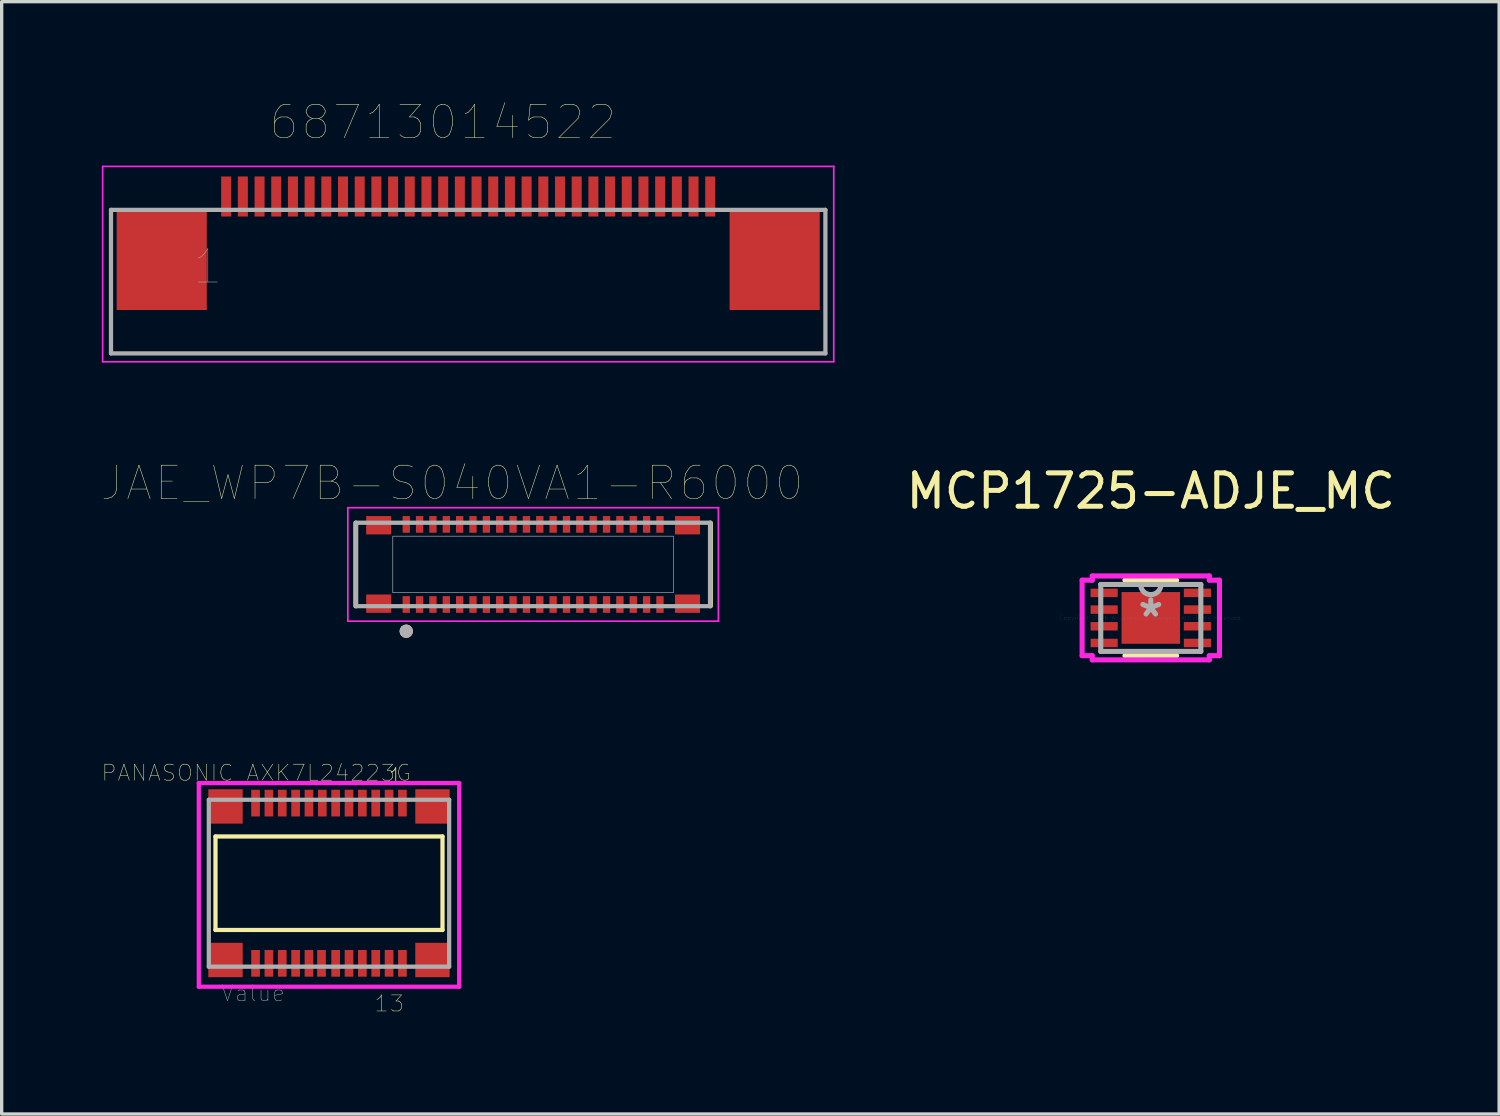
<source format=kicad_pcb>
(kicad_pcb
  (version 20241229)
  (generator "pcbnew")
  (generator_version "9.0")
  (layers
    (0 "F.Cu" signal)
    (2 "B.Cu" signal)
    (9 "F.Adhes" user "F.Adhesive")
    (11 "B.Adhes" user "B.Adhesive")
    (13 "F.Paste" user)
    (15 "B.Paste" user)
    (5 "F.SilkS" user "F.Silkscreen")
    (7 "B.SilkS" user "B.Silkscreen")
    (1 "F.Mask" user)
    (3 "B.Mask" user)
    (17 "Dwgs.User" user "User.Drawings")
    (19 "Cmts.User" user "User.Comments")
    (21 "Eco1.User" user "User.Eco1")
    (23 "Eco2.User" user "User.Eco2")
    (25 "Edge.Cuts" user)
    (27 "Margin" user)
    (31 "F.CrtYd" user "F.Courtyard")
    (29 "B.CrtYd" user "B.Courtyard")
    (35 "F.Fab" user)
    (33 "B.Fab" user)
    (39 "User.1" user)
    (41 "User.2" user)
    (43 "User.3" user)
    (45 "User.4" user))
  (footprint "JAE_WP7B-S040VA1-R6000"
    (layer "F.Cu")
    (at 12.919 13.858)
    (property "Reference" "JAE_WP7B-S040VA1-R6000" (at -2.425 -2.435 0) (layer "F.SilkS") (effects (font (size 1 1) (thickness 0.015))))
    (attr through_hole)
    (fp_line (start -5.32 -1.25) (end -5.32 1.25) (stroke (width 0.127) (type solid)) (layer "F.SilkS"))
    (fp_line (start 5.32 -1.25) (end 5.32 1.25) (stroke (width 0.127) (type solid)) (layer "F.SilkS"))
    (fp_circle (center -3.8 2) (end -3.7 2) (stroke (width 0.2) (type solid)) (fill no) (layer "F.SilkS"))
    (fp_poly (pts (xy -4.2 -0.85) (xy 4.2 -0.85) (xy 4.2 0.85) (xy -4.2 0.85)) (stroke (width 0.01) (type solid)) (fill no) (layer "Dwgs.User"))
    (fp_poly (pts (xy -4.2 -0.85) (xy 4.2 -0.85) (xy 4.2 0.85) (xy -4.2 0.85)) (stroke (width 0.01) (type solid)) (fill no) (layer "Dwgs.User"))
    (fp_line (start -5.55 -1.7) (end 5.55 -1.7) (stroke (width 0.05) (type solid)) (layer "F.CrtYd"))
    (fp_line (start -5.55 1.7) (end -5.55 -1.7) (stroke (width 0.05) (type solid)) (layer "F.CrtYd"))
    (fp_line (start 5.55 -1.7) (end 5.55 1.7) (stroke (width 0.05) (type solid)) (layer "F.CrtYd"))
    (fp_line (start 5.55 1.7) (end -5.55 1.7) (stroke (width 0.05) (type solid)) (layer "F.CrtYd"))
    (fp_line (start -5.3 -1.25) (end 5.3 -1.25) (stroke (width 0.127) (type solid)) (layer "F.Fab"))
    (fp_line (start -5.3 1.25) (end -5.3 -1.25) (stroke (width 0.127) (type solid)) (layer "F.Fab"))
    (fp_line (start 5.3 -1.25) (end 5.3 1.25) (stroke (width 0.127) (type solid)) (layer "F.Fab"))
    (fp_line (start 5.3 1.25) (end -5.3 1.25) (stroke (width 0.127) (type solid)) (layer "F.Fab"))
    (fp_circle (center -3.8 2) (end -3.7 2) (stroke (width 0.2) (type solid)) (fill no) (layer "F.Fab"))
    (pad "1" smd rect (at -3.8 -1.2) (size 0.22 0.5) (layers "F.Cu" "F.Mask" "F.Paste"))
    (pad "2" smd rect (at -3.4 -1.2) (size 0.22 0.5) (layers "F.Cu" "F.Mask" "F.Paste"))
    (pad "3" smd rect (at -3 -1.2) (size 0.22 0.5) (layers "F.Cu" "F.Mask" "F.Paste"))
    (pad "4" smd rect (at -2.6 -1.2) (size 0.22 0.5) (layers "F.Cu" "F.Mask" "F.Paste"))
    (pad "5" smd rect (at -2.2 -1.2) (size 0.22 0.5) (layers "F.Cu" "F.Mask" "F.Paste"))
    (pad "6" smd rect (at -1.8 -1.2) (size 0.22 0.5) (layers "F.Cu" "F.Mask" "F.Paste"))
    (pad "7" smd rect (at -1.4 -1.2) (size 0.22 0.5) (layers "F.Cu" "F.Mask" "F.Paste"))
    (pad "8" smd rect (at -1 -1.2) (size 0.22 0.5) (layers "F.Cu" "F.Mask" "F.Paste"))
    (pad "9" smd rect (at -0.6 -1.2 180) (size 0.22 0.5) (layers "F.Cu" "F.Mask" "F.Paste"))
    (pad "10" smd rect (at -0.2 -1.2) (size 0.22 0.5) (layers "F.Cu" "F.Mask" "F.Paste"))
    (pad "11" smd rect (at 0.2 -1.2) (size 0.22 0.5) (layers "F.Cu" "F.Mask" "F.Paste"))
    (pad "12" smd rect (at 0.6 -1.2) (size 0.22 0.5) (layers "F.Cu" "F.Mask" "F.Paste"))
    (pad "13" smd rect (at 1 -1.2) (size 0.22 0.5) (layers "F.Cu" "F.Mask" "F.Paste"))
    (pad "14" smd rect (at 1.4 -1.2) (size 0.22 0.5) (layers "F.Cu" "F.Mask" "F.Paste"))
    (pad "15" smd rect (at 1.8 -1.2) (size 0.22 0.5) (layers "F.Cu" "F.Mask" "F.Paste"))
    (pad "16" smd rect (at 2.2 -1.2) (size 0.22 0.5) (layers "F.Cu" "F.Mask" "F.Paste"))
    (pad "17" smd rect (at 2.6 -1.2) (size 0.22 0.5) (layers "F.Cu" "F.Mask" "F.Paste"))
    (pad "18" smd rect (at 3 -1.2) (size 0.22 0.5) (layers "F.Cu" "F.Mask" "F.Paste"))
    (pad "19" smd rect (at 3.4 -1.2) (size 0.22 0.5) (layers "F.Cu" "F.Mask" "F.Paste"))
    (pad "20" smd rect (at 3.8 -1.2) (size 0.22 0.5) (layers "F.Cu" "F.Mask" "F.Paste"))
    (pad "21" smd rect (at 3.8 1.2 180) (size 0.22 0.5) (layers "F.Cu" "F.Mask" "F.Paste"))
    (pad "22" smd rect (at 3.4 1.2) (size 0.22 0.5) (layers "F.Cu" "F.Mask" "F.Paste"))
    (pad "23" smd rect (at 3 1.2) (size 0.22 0.5) (layers "F.Cu" "F.Mask" "F.Paste"))
    (pad "24" smd rect (at 2.6 1.2) (size 0.22 0.5) (layers "F.Cu" "F.Mask" "F.Paste"))
    (pad "25" smd rect (at 2.2 1.2) (size 0.22 0.5) (layers "F.Cu" "F.Mask" "F.Paste"))
    (pad "26" smd rect (at 1.8 1.2) (size 0.22 0.5) (layers "F.Cu" "F.Mask" "F.Paste"))
    (pad "27" smd rect (at 1.4 1.2) (size 0.22 0.5) (layers "F.Cu" "F.Mask" "F.Paste"))
    (pad "28" smd rect (at 1 1.2) (size 0.22 0.5) (layers "F.Cu" "F.Mask" "F.Paste"))
    (pad "29" smd rect (at 0.6 1.2) (size 0.22 0.5) (layers "F.Cu" "F.Mask" "F.Paste"))
    (pad "30" smd rect (at 0.2 1.2) (size 0.22 0.5) (layers "F.Cu" "F.Mask" "F.Paste"))
    (pad "31" smd rect (at -0.2 1.2) (size 0.22 0.5) (layers "F.Cu" "F.Mask" "F.Paste"))
    (pad "32" smd rect (at -0.6 1.2) (size 0.22 0.5) (layers "F.Cu" "F.Mask" "F.Paste"))
    (pad "33" smd rect (at -1 1.2) (size 0.22 0.5) (layers "F.Cu" "F.Mask" "F.Paste"))
    (pad "34" smd rect (at -1.4 1.2) (size 0.22 0.5) (layers "F.Cu" "F.Mask" "F.Paste"))
    (pad "35" smd rect (at -1.8 1.2) (size 0.22 0.5) (layers "F.Cu" "F.Mask" "F.Paste"))
    (pad "36" smd rect (at -2.2 1.2) (size 0.22 0.5) (layers "F.Cu" "F.Mask" "F.Paste"))
    (pad "37" smd rect (at -2.6 1.2) (size 0.22 0.5) (layers "F.Cu" "F.Mask" "F.Paste"))
    (pad "38" smd rect (at -3 1.2) (size 0.22 0.5) (layers "F.Cu" "F.Mask" "F.Paste"))
    (pad "39" smd rect (at -3.4 1.2) (size 0.22 0.5) (layers "F.Cu" "F.Mask" "F.Paste"))
    (pad "40" smd rect (at -3.8 1.2) (size 0.22 0.5) (layers "F.Cu" "F.Mask" "F.Paste"))
    (pad "S1" smd rect (at -4.625 -1.175) (size 0.75 0.55) (layers "F.Cu" "F.Mask" "F.Paste"))
    (pad "S2" smd rect (at -4.625 1.175) (size 0.75 0.55) (layers "F.Cu" "F.Mask" "F.Paste"))
    (pad "S3" smd rect (at 4.625 1.175) (size 0.75 0.55) (layers "F.Cu" "F.Mask" "F.Paste"))
    (pad "S4" smd rect (at 4.625 -1.175) (size 0.75 0.55) (layers "F.Cu" "F.Mask" "F.Paste")))
  (footprint "MCP1725-ADJE_MC"
    (layer "F.Cu")
    (at 31.422 15.46)
    (property "Reference" "MCP1725-ADJE_MC" (at 0 -3.8 0) (layer "F.SilkS") (effects (font (size 1 1) (thickness 0.15))))
    (attr through_hole)
    (fp_line (start -0.775 1.13) (end 0.775 1.13) (stroke (width 0.152) (type solid)) (layer "F.SilkS"))
    (fp_line (start 0.775 -1.13) (end -0.775 -1.13) (stroke (width 0.152) (type solid)) (layer "F.SilkS"))
    (fp_line (start -2.057 -1.131) (end -1.753 -1.131) (stroke (width 0.152) (type solid)) (layer "F.CrtYd"))
    (fp_line (start -2.057 1.131) (end -2.057 -1.131) (stroke (width 0.152) (type solid)) (layer "F.CrtYd"))
    (fp_line (start -1.753 -1.257) (end 1.753 -1.257) (stroke (width 0.152) (type solid)) (layer "F.CrtYd"))
    (fp_line (start -1.753 -1.131) (end -1.753 -1.257) (stroke (width 0.152) (type solid)) (layer "F.CrtYd"))
    (fp_line (start -1.753 1.131) (end -2.057 1.131) (stroke (width 0.152) (type solid)) (layer "F.CrtYd"))
    (fp_line (start -1.753 1.257) (end -1.753 1.131) (stroke (width 0.152) (type solid)) (layer "F.CrtYd"))
    (fp_line (start 1.753 -1.257) (end 1.753 -1.131) (stroke (width 0.152) (type solid)) (layer "F.CrtYd"))
    (fp_line (start 1.753 -1.131) (end 2.057 -1.131) (stroke (width 0.152) (type solid)) (layer "F.CrtYd"))
    (fp_line (start 1.753 1.131) (end 1.753 1.257) (stroke (width 0.152) (type solid)) (layer "F.CrtYd"))
    (fp_line (start 1.753 1.257) (end -1.753 1.257) (stroke (width 0.152) (type solid)) (layer "F.CrtYd"))
    (fp_line (start 2.057 -1.131) (end 2.057 1.131) (stroke (width 0.152) (type solid)) (layer "F.CrtYd"))
    (fp_line (start 2.057 1.131) (end 1.753 1.131) (stroke (width 0.152) (type solid)) (layer "F.CrtYd"))
    (fp_line (start -1.499 -1.003) (end -1.499 1.003) (stroke (width 0.152) (type solid)) (layer "F.Fab"))
    (fp_line (start -1.499 1.003) (end 1.499 1.003) (stroke (width 0.152) (type solid)) (layer "F.Fab"))
    (fp_line (start 1.499 -1.003) (end -1.499 -1.003) (stroke (width 0.152) (type solid)) (layer "F.Fab"))
    (fp_line (start 1.499 1.003) (end 1.499 -1.003) (stroke (width 0.152) (type solid)) (layer "F.Fab"))
    (fp_arc (start 0.3048 -1.0033) (mid 0 -0.6985) (end -0.3048 -1.0033) (stroke (width 0.1524) (type solid)) (layer "F.Fab"))
    (fp_text user "Copyright 2016 Accelerated Designs. All rights reserved." (at 0 0 0) (layer "Cmts.User") (effects (font (size 0.127 0.127) (thickness 0.002))))
    (fp_text user "*" (at 0 0 0) (layer "F.Fab") (effects (font (size 1 1) (thickness 0.15))))
    (pad "1" smd rect (at -1.397 -0.75) (size 0.813 0.254) (layers "F.Cu" "F.Mask" "F.Paste"))
    (pad "2" smd rect (at -1.397 -0.25) (size 0.813 0.254) (layers "F.Cu" "F.Mask" "F.Paste"))
    (pad "3" smd rect (at -1.397 0.25) (size 0.813 0.254) (layers "F.Cu" "F.Mask" "F.Paste"))
    (pad "4" smd rect (at -1.397 0.75) (size 0.813 0.254) (layers "F.Cu" "F.Mask" "F.Paste"))
    (pad "5" smd rect (at 1.397 0.75) (size 0.813 0.254) (layers "F.Cu" "F.Mask" "F.Paste"))
    (pad "6" smd rect (at 1.397 0.25) (size 0.813 0.254) (layers "F.Cu" "F.Mask" "F.Paste"))
    (pad "7" smd rect (at 1.397 -0.25) (size 0.813 0.254) (layers "F.Cu" "F.Mask" "F.Paste"))
    (pad "8" smd rect (at 1.397 -0.75) (size 0.813 0.254) (layers "F.Cu" "F.Mask" "F.Paste"))
    (pad "9" smd rect (at 0 0) (size 1.753 1.549) (layers "F.Cu" "F.Mask" "F.Paste")))
  (footprint "PANASONIC_AXK7L24223G"
    (layer "F.Cu")
    (at 6.805 23.407)
    (property "Reference" "PANASONIC_AXK7L24223G" (at -2.177 -3.307 0) (layer "F.SilkS") (effects (font (size 0.48 0.48) (thickness 0.015))))
    (attr through_hole)
    (fp_line (start -3.4 -1.4) (end -3.4 1.4) (stroke (width 0.127) (type solid)) (layer "F.SilkS"))
    (fp_line (start -3.4 -1.4) (end 3.4 -1.4) (stroke (width 0.127) (type solid)) (layer "F.SilkS"))
    (fp_line (start -3.4 1.4) (end 3.4 1.4) (stroke (width 0.127) (type solid)) (layer "F.SilkS"))
    (fp_line (start 3.4 -1.4) (end 3.4 1.4) (stroke (width 0.127) (type solid)) (layer "F.SilkS"))
    (fp_line (start -3.9 -3) (end -3.9 3.1) (stroke (width 0.127) (type solid)) (layer "F.CrtYd"))
    (fp_line (start -3.9 3.1) (end 3.9 3.1) (stroke (width 0.127) (type solid)) (layer "F.CrtYd"))
    (fp_line (start 3.9 -3) (end -3.9 -3) (stroke (width 0.127) (type solid)) (layer "F.CrtYd"))
    (fp_line (start 3.9 3.1) (end 3.9 -3) (stroke (width 0.127) (type solid)) (layer "F.CrtYd"))
    (fp_line (start -3.6 -2.5) (end -3.6 2.5) (stroke (width 0.127) (type solid)) (layer "F.Fab"))
    (fp_line (start -3.6 -2.5) (end 3.6 -2.5) (stroke (width 0.127) (type solid)) (layer "F.Fab"))
    (fp_line (start -3.6 2.5) (end 3.6 2.5) (stroke (width 0.127) (type solid)) (layer "F.Fab"))
    (fp_line (start 3.6 -2.5) (end 3.6 2.5) (stroke (width 0.127) (type solid)) (layer "F.Fab"))
    (fp_text user "13" (at 1.803 3.605 0) (layer "F.SilkS") (effects (font (size 0.481 0.481) (thickness 0.015))))
    (fp_text user "1" (at 2.002 -3.204 0) (layer "F.SilkS") (effects (font (size 0.481 0.481) (thickness 0.015))))
    (fp_text user "1" (at 2.002 -3.202 0) (layer "F.SilkS") (effects (font (size 0.48 0.48) (thickness 0.015))))
    (fp_text user "Value" (at -2.276 3.296 0) (layer "F.Fab") (effects (font (size 0.48 0.48) (thickness 0.015))))
    (pad "1" smd rect (at 2.2 -2.4) (size 0.26 0.8) (layers "F.Cu" "F.Mask" "F.Paste"))
    (pad "2" smd rect (at 1.8 -2.4) (size 0.26 0.8) (layers "F.Cu" "F.Mask" "F.Paste"))
    (pad "3" smd rect (at 1.4 -2.4) (size 0.26 0.8) (layers "F.Cu" "F.Mask" "F.Paste"))
    (pad "4" smd rect (at 1 -2.4) (size 0.26 0.8) (layers "F.Cu" "F.Mask" "F.Paste"))
    (pad "5" smd rect (at 0.6 -2.4) (size 0.26 0.8) (layers "F.Cu" "F.Mask" "F.Paste"))
    (pad "6" smd rect (at 0.2 -2.4) (size 0.26 0.8) (layers "F.Cu" "F.Mask" "F.Paste"))
    (pad "7" smd rect (at -0.2 -2.4) (size 0.26 0.8) (layers "F.Cu" "F.Mask" "F.Paste"))
    (pad "8" smd rect (at -0.6 -2.4) (size 0.26 0.8) (layers "F.Cu" "F.Mask" "F.Paste"))
    (pad "9" smd rect (at -1 -2.4) (size 0.26 0.8) (layers "F.Cu" "F.Mask" "F.Paste"))
    (pad "10" smd rect (at -1.4 -2.4) (size 0.26 0.8) (layers "F.Cu" "F.Mask" "F.Paste"))
    (pad "11" smd rect (at -1.8 -2.4) (size 0.26 0.8) (layers "F.Cu" "F.Mask" "F.Paste"))
    (pad "12" smd rect (at -2.2 -2.4) (size 0.26 0.8) (layers "F.Cu" "F.Mask" "F.Paste"))
    (pad "13" smd rect (at 2.2 2.4) (size 0.26 0.8) (layers "F.Cu" "F.Mask" "F.Paste"))
    (pad "14" smd rect (at 1.8 2.4) (size 0.26 0.8) (layers "F.Cu" "F.Mask" "F.Paste"))
    (pad "15" smd rect (at 1.4 2.4) (size 0.26 0.8) (layers "F.Cu" "F.Mask" "F.Paste"))
    (pad "16" smd rect (at 1 2.4) (size 0.26 0.8) (layers "F.Cu" "F.Mask" "F.Paste"))
    (pad "17" smd rect (at 0.6 2.4) (size 0.26 0.8) (layers "F.Cu" "F.Mask" "F.Paste"))
    (pad "18" smd rect (at 0.2 2.4) (size 0.26 0.8) (layers "F.Cu" "F.Mask" "F.Paste"))
    (pad "19" smd rect (at -0.224 2.4) (size 0.26 0.8) (layers "F.Cu" "F.Mask" "F.Paste"))
    (pad "20" smd rect (at -0.6 2.4) (size 0.26 0.8) (layers "F.Cu" "F.Mask" "F.Paste"))
    (pad "21" smd rect (at -1 2.4) (size 0.26 0.8) (layers "F.Cu" "F.Mask" "F.Paste"))
    (pad "22" smd rect (at -1.4 2.4) (size 0.26 0.8) (layers "F.Cu" "F.Mask" "F.Paste"))
    (pad "23" smd rect (at -1.8 2.4) (size 0.26 0.8) (layers "F.Cu" "F.Mask" "F.Paste"))
    (pad "24" smd rect (at -2.2 2.4) (size 0.26 0.8) (layers "F.Cu" "F.Mask" "F.Paste"))
    (pad "P$1" smd rect (at 3.1 -2.3) (size 1.03 1.03) (layers "F.Cu" "F.Mask" "F.Paste"))
    (pad "P$2" smd rect (at 3.1 2.3) (size 1.03 1.03) (layers "F.Cu" "F.Mask" "F.Paste"))
    (pad "P$3" smd rect (at -3.1 2.3) (size 1.03 1.03) (layers "F.Cu" "F.Mask" "F.Paste"))
    (pad "P$4" smd rect (at -3.1 -2.3) (size 1.03 1.03) (layers "F.Cu" "F.Mask" "F.Paste")))
  (footprint "68713014522"
    (layer "F.Cu")
    (at 10.975 4.736)
    (property "Reference" "68713014522" (at -0.76 -4.125 0) (layer "F.SilkS") (effects (font (size 1 1) (thickness 0.015))))
    (attr through_hole)
    (fp_line (start -10.95 -2.8) (end -10.95 3.05) (stroke (width 0.05) (type solid)) (layer "F.CrtYd"))
    (fp_line (start -10.95 3.05) (end 10.95 3.05) (stroke (width 0.05) (type solid)) (layer "F.CrtYd"))
    (fp_line (start 10.95 -2.8) (end -10.95 -2.8) (stroke (width 0.05) (type solid)) (layer "F.CrtYd"))
    (fp_line (start 10.95 3.05) (end 10.95 -2.8) (stroke (width 0.05) (type solid)) (layer "F.CrtYd"))
    (fp_line (start -10.7 -1.5) (end 10.7 -1.5) (stroke (width 0.127) (type solid)) (layer "F.Fab"))
    (fp_line (start -10.7 2.8) (end -10.7 -1.5) (stroke (width 0.127) (type solid)) (layer "F.Fab"))
    (fp_line (start -10.7 2.8) (end 10.7 2.8) (stroke (width 0.127) (type solid)) (layer "F.Fab"))
    (fp_line (start 10.7 -1.5) (end 10.7 2.8) (stroke (width 0.127) (type solid)) (layer "F.Fab"))
    (fp_text user "1" (at -7.8 0.2 0) (layer "F.Fab") (effects (font (size 1 1) (thickness 0.015))))
    (pad "1" smd rect (at -7.25 -1.9) (size 0.3 1.2) (layers "F.Cu" "F.Mask" "F.Paste"))
    (pad "2" smd rect (at -6.75 -1.9) (size 0.3 1.2) (layers "F.Cu" "F.Mask" "F.Paste"))
    (pad "3" smd rect (at -6.25 -1.9) (size 0.3 1.2) (layers "F.Cu" "F.Mask" "F.Paste"))
    (pad "4" smd rect (at -5.75 -1.9) (size 0.3 1.2) (layers "F.Cu" "F.Mask" "F.Paste"))
    (pad "5" smd rect (at -5.25 -1.9) (size 0.3 1.2) (layers "F.Cu" "F.Mask" "F.Paste"))
    (pad "6" smd rect (at -4.75 -1.9) (size 0.3 1.2) (layers "F.Cu" "F.Mask" "F.Paste"))
    (pad "7" smd rect (at -4.25 -1.9) (size 0.3 1.2) (layers "F.Cu" "F.Mask" "F.Paste"))
    (pad "8" smd rect (at -3.75 -1.9) (size 0.3 1.2) (layers "F.Cu" "F.Mask" "F.Paste"))
    (pad "9" smd rect (at -3.25 -1.9) (size 0.3 1.2) (layers "F.Cu" "F.Mask" "F.Paste"))
    (pad "10" smd rect (at -2.75 -1.9) (size 0.3 1.2) (layers "F.Cu" "F.Mask" "F.Paste"))
    (pad "11" smd rect (at -2.25 -1.9) (size 0.3 1.2) (layers "F.Cu" "F.Mask" "F.Paste"))
    (pad "12" smd rect (at -1.75 -1.9) (size 0.3 1.2) (layers "F.Cu" "F.Mask" "F.Paste"))
    (pad "13" smd rect (at -1.25 -1.9) (size 0.3 1.2) (layers "F.Cu" "F.Mask" "F.Paste"))
    (pad "14" smd rect (at -0.75 -1.9) (size 0.3 1.2) (layers "F.Cu" "F.Mask" "F.Paste"))
    (pad "15" smd rect (at -0.25 -1.9) (size 0.3 1.2) (layers "F.Cu" "F.Mask" "F.Paste"))
    (pad "16" smd rect (at 0.25 -1.9) (size 0.3 1.2) (layers "F.Cu" "F.Mask" "F.Paste"))
    (pad "17" smd rect (at 0.75 -1.9) (size 0.3 1.2) (layers "F.Cu" "F.Mask" "F.Paste"))
    (pad "18" smd rect (at 1.25 -1.9) (size 0.3 1.2) (layers "F.Cu" "F.Mask" "F.Paste"))
    (pad "19" smd rect (at 1.75 -1.9) (size 0.3 1.2) (layers "F.Cu" "F.Mask" "F.Paste"))
    (pad "20" smd rect (at 2.25 -1.9) (size 0.3 1.2) (layers "F.Cu" "F.Mask" "F.Paste"))
    (pad "21" smd rect (at 2.75 -1.9) (size 0.3 1.2) (layers "F.Cu" "F.Mask" "F.Paste"))
    (pad "22" smd rect (at 3.25 -1.9) (size 0.3 1.2) (layers "F.Cu" "F.Mask" "F.Paste"))
    (pad "23" smd rect (at 3.75 -1.9) (size 0.3 1.2) (layers "F.Cu" "F.Mask" "F.Paste"))
    (pad "24" smd rect (at 4.25 -1.9) (size 0.3 1.2) (layers "F.Cu" "F.Mask" "F.Paste"))
    (pad "25" smd rect (at 4.75 -1.9) (size 0.3 1.2) (layers "F.Cu" "F.Mask" "F.Paste"))
    (pad "26" smd rect (at 5.25 -1.9) (size 0.3 1.2) (layers "F.Cu" "F.Mask" "F.Paste"))
    (pad "27" smd rect (at 5.75 -1.9) (size 0.3 1.2) (layers "F.Cu" "F.Mask" "F.Paste"))
    (pad "28" smd rect (at 6.25 -1.9) (size 0.3 1.2) (layers "F.Cu" "F.Mask" "F.Paste"))
    (pad "29" smd rect (at 6.75 -1.9) (size 0.3 1.2) (layers "F.Cu" "F.Mask" "F.Paste"))
    (pad "30" smd rect (at 7.25 -1.9) (size 0.3 1.2) (layers "F.Cu" "F.Mask" "F.Paste"))
    (pad "Z1" smd rect (at -9.18 0) (size 2.7 3) (layers "F.Cu" "F.Mask" "F.Paste"))
    (pad "Z2" smd rect (at 9.18 0) (size 2.7 3) (layers "F.Cu" "F.Mask" "F.Paste")))
  (gr_rect
    (start -3 -3)
    (end 41.857 30.32)
    (stroke (width 0.1) (type default))
    (fill no)
    (layer "Edge.Cuts")))
</source>
